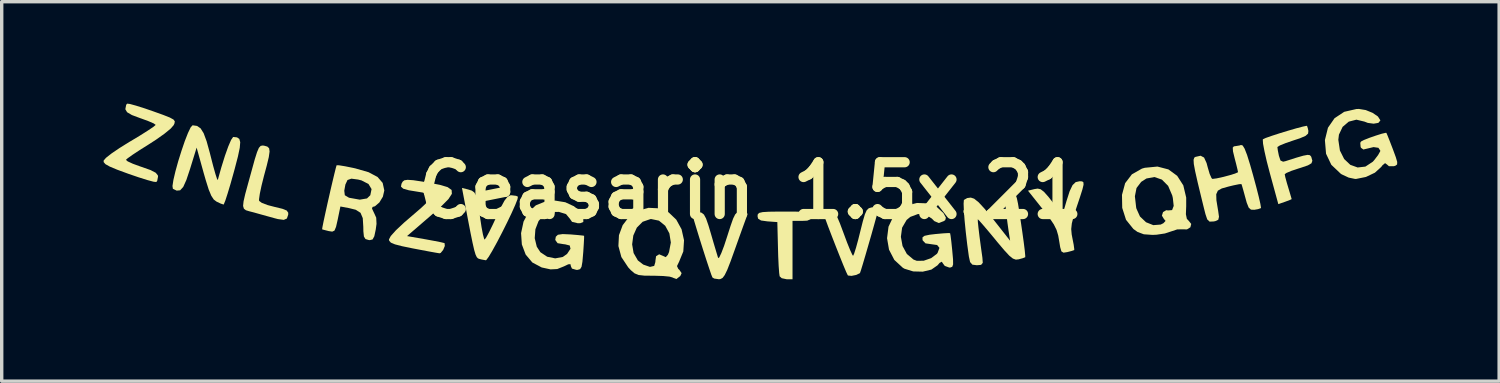
<source format=kicad_pcb>
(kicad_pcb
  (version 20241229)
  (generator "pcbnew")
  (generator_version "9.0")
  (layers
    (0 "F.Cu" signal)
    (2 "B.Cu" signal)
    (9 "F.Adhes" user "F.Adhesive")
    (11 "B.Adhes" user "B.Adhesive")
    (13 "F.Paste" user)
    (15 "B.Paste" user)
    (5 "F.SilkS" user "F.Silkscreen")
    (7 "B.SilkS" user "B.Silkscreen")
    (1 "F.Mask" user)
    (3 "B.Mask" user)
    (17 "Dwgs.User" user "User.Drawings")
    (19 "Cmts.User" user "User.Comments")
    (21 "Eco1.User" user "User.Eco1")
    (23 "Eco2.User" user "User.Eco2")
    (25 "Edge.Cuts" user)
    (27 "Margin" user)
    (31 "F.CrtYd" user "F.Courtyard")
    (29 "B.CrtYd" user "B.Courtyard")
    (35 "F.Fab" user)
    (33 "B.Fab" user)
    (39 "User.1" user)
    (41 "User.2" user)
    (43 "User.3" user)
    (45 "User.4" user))
  (footprint "Ceasarin 1.5x.21"
    (layer "F.Cu")
    (at 19.038 2.559)
    (property "Reference" "Ceasarin 1.5x.21" (at 0 0 0) (layer "F.SilkS") (effects (font (size 1.524 1.524) (thickness 0.3))))
    (attr board_only exclude_from_pos_files exclude_from_bom)
    (fp_poly (pts (xy 1.335 0.619) (xy 1.56 0.626) (xy 1.694 0.643) (xy 1.761 0.673) (xy 1.783 0.722) (xy 1.785 0.755) (xy 1.762 0.845) (xy 1.669 0.885) (xy 1.51 0.892) (xy 1.236 0.892) (xy 1.236 2.609) (xy 1.062 2.609) (xy 0.919 2.579) (xy 0.857 2.523) (xy 0.843 2.422) (xy 0.828 2.217) (xy 0.815 1.938) (xy 0.808 1.682) (xy 0.789 0.927) (xy 0.498 0.906) (xy 0.309 0.88) (xy 0.223 0.826) (xy 0.206 0.751) (xy 0.215 0.694) (xy 0.258 0.656) (xy 0.359 0.633) (xy 0.539 0.622) (xy 0.823 0.618) (xy 0.995 0.618)) (stroke (width 0) (type solid)) (fill yes) (layer "F.SilkS"))
    (fp_poly (pts (xy -14.308 -1.32) (xy -14.22 -1.295) (xy -14.168 -1.246) (xy -14.154 -1.151) (xy -14.177 -0.987) (xy -14.238 -0.733) (xy -14.319 -0.433) (xy -14.391 -0.146) (xy -14.442 0.095) (xy -14.465 0.258) (xy -14.462 0.303) (xy -14.382 0.362) (xy -14.207 0.428) (xy -14.007 0.48) (xy -13.775 0.536) (xy -13.65 0.587) (xy -13.605 0.652) (xy -13.606 0.708) (xy -13.645 0.822) (xy -13.736 0.862) (xy -13.911 0.838) (xy -14.004 0.814) (xy -14.214 0.756) (xy -14.477 0.683) (xy -14.611 0.645) (xy -14.751 0.609) (xy -14.85 0.579) (xy -14.91 0.533) (xy -14.934 0.452) (xy -14.92 0.317) (xy -14.872 0.106) (xy -14.789 -0.199) (xy -14.681 -0.59) (xy -14.591 -0.917) (xy -14.523 -1.132) (xy -14.469 -1.258) (xy -14.416 -1.316) (xy -14.354 -1.327)) (stroke (width 0) (type solid)) (fill yes) (layer "F.SilkS"))
    (fp_poly (pts (xy 9.759 -0.271) (xy 9.797 -0.244) (xy 9.801 -0.172) (xy 9.767 -0.032) (xy 9.694 0.198) (xy 9.609 0.451) (xy 9.511 0.752) (xy 9.456 0.966) (xy 9.438 1.132) (xy 9.452 1.291) (xy 9.473 1.4) (xy 9.511 1.595) (xy 9.528 1.723) (xy 9.526 1.751) (xy 9.454 1.776) (xy 9.323 1.81) (xy 9.211 1.827) (xy 9.149 1.789) (xy 9.113 1.664) (xy 9.091 1.528) (xy 9.056 1.324) (xy 9.007 1.158) (xy 8.926 0.995) (xy 8.796 0.802) (xy 8.599 0.547) (xy 8.534 0.465) (xy 8.166 0.003) (xy 8.351 -0.043) (xy 8.45 -0.059) (xy 8.538 -0.039) (xy 8.636 0.036) (xy 8.766 0.182) (xy 8.951 0.417) (xy 9.001 0.483) (xy 9.18 0.718) (xy 9.299 0.308) (xy 9.392 0.018) (xy 9.477 -0.16) (xy 9.569 -0.249) (xy 9.685 -0.275) (xy 9.688 -0.275)) (stroke (width 0) (type solid)) (fill yes) (layer "F.SilkS"))
    (fp_poly (pts (xy -8.314 -0.034) (xy -8.205 0.000288) (xy -8.129 0.055) (xy -8.074 0.154) (xy -8.031 0.325) (xy -7.987 0.592) (xy -7.958 0.799) (xy -7.916 1.076) (xy -7.875 1.293) (xy -7.84 1.42) (xy -7.826 1.442) (xy -7.781 1.383) (xy -7.695 1.225) (xy -7.581 0.993) (xy -7.486 0.789) (xy -7.345 0.488) (xy -7.239 0.293) (xy -7.154 0.185) (xy -7.076 0.141) (xy -7.039 0.137) (xy -6.9 0.154) (xy -6.846 0.179) (xy -6.858 0.254) (xy -6.924 0.422) (xy -7.03 0.659) (xy -7.163 0.937) (xy -7.31 1.231) (xy -7.458 1.515) (xy -7.594 1.762) (xy -7.704 1.947) (xy -7.776 2.044) (xy -7.79 2.051) (xy -7.915 2.028) (xy -7.976 2.013) (xy -8.02 1.996) (xy -8.057 1.958) (xy -8.093 1.881) (xy -8.132 1.749) (xy -8.179 1.543) (xy -8.24 1.246) (xy -8.318 0.841) (xy -8.364 0.596) (xy -8.492 -0.078)) (stroke (width 0) (type solid)) (fill yes) (layer "F.SilkS"))
    (fp_poly (pts (xy -0.118 0.632) (xy -0.088 0.691) (xy -0.102 0.738) (xy -0.142 0.845) (xy -0.218 1.054) (xy -0.319 1.335) (xy -0.436 1.663) (xy -0.461 1.733) (xy -0.589 2.088) (xy -0.685 2.333) (xy -0.76 2.487) (xy -0.823 2.571) (xy -0.887 2.604) (xy -0.931 2.609) (xy -1.068 2.589) (xy -1.121 2.557) (xy -1.156 2.47) (xy -1.22 2.282) (xy -1.305 2.025) (xy -1.401 1.726) (xy -1.498 1.418) (xy -1.587 1.128) (xy -1.66 0.887) (xy -1.705 0.725) (xy -1.716 0.673) (xy -1.658 0.633) (xy -1.53 0.63) (xy -1.44 0.651) (xy -1.371 0.706) (xy -1.309 0.821) (xy -1.239 1.022) (xy -1.165 1.27) (xy -1.083 1.552) (xy -1.012 1.79) (xy -0.964 1.949) (xy -0.952 1.987) (xy -0.92 1.967) (xy -0.858 1.836) (xy -0.775 1.618) (xy -0.688 1.352) (xy -0.586 1.034) (xy -0.512 0.824) (xy -0.451 0.7) (xy -0.39 0.639) (xy -0.316 0.62) (xy -0.256 0.618)) (stroke (width 0) (type solid)) (fill yes) (layer "F.SilkS"))
    (fp_poly (pts (xy 3.775 0.493) (xy 3.757 0.573) (xy 3.709 0.754) (xy 3.639 1.006) (xy 3.556 1.302) (xy 3.466 1.613) (xy 3.38 1.91) (xy 3.305 2.163) (xy 3.249 2.346) (xy 3.22 2.429) (xy 3.219 2.43) (xy 3.112 2.482) (xy 2.973 2.51) (xy 2.872 2.5) (xy 2.861 2.491) (xy 2.815 2.394) (xy 2.734 2.202) (xy 2.63 1.944) (xy 2.513 1.649) (xy 2.394 1.344) (xy 2.285 1.06) (xy 2.198 0.823) (xy 2.142 0.664) (xy 2.128 0.612) (xy 2.186 0.567) (xy 2.312 0.562) (xy 2.4 0.584) (xy 2.472 0.642) (xy 2.544 0.76) (xy 2.63 0.962) (xy 2.739 1.253) (xy 2.842 1.53) (xy 2.931 1.75) (xy 2.995 1.888) (xy 3.018 1.921) (xy 3.048 1.859) (xy 3.102 1.69) (xy 3.17 1.443) (xy 3.226 1.218) (xy 3.305 0.904) (xy 3.365 0.7) (xy 3.419 0.58) (xy 3.479 0.521) (xy 3.557 0.497) (xy 3.587 0.493) (xy 3.723 0.484)) (stroke (width 0) (type solid)) (fill yes) (layer "F.SilkS"))
    (fp_poly (pts (xy -9.924 -0.305) (xy -9.658 -0.265) (xy -9.482 -0.235) (xy -9.143 -0.169) (xy -8.915 -0.102) (xy -8.797 -0.018) (xy -8.789 0.095) (xy -8.89 0.25) (xy -9.101 0.462) (xy -9.42 0.745) (xy -9.448 0.769) (xy -10.109 1.339) (xy -9.568 1.433) (xy -9.313 1.48) (xy -9.116 1.519) (xy -9.012 1.544) (xy -9.004 1.548) (xy -8.997 1.63) (xy -9.046 1.747) (xy -9.119 1.835) (xy -9.152 1.846) (xy -9.25 1.83) (xy -9.451 1.794) (xy -9.721 1.743) (xy -9.937 1.702) (xy -10.258 1.636) (xy -10.466 1.582) (xy -10.584 1.532) (xy -10.634 1.477) (xy -10.641 1.437) (xy -10.587 1.336) (xy -10.434 1.166) (xy -10.195 0.942) (xy -9.96 0.74) (xy -9.69 0.507) (xy -9.492 0.319) (xy -9.377 0.189) (xy -9.359 0.129) (xy -9.359 0.129) (xy -9.471 0.094) (xy -9.663 0.055) (xy -9.774 0.037) (xy -10.056 -0.009) (xy -10.221 -0.056) (xy -10.287 -0.116) (xy -10.272 -0.201) (xy -10.237 -0.264) (xy -10.188 -0.303) (xy -10.092 -0.317)) (stroke (width 0) (type solid)) (fill yes) (layer "F.SilkS"))
    (fp_poly (pts (xy -16.289 -1.903) (xy -16.184 -1.831) (xy -16.094 -1.687) (xy -16.007 -1.451) (xy -15.911 -1.103) (xy -15.889 -1.016) (xy -15.813 -0.72) (xy -15.748 -0.489) (xy -15.701 -0.344) (xy -15.679 -0.31) (xy -15.574 -0.684) (xy -15.469 -1.021) (xy -15.371 -1.296) (xy -15.288 -1.489) (xy -15.229 -1.575) (xy -15.221 -1.578) (xy -15.112 -1.566) (xy -15.045 -1.521) (xy -15.018 -1.425) (xy -15.032 -1.258) (xy -15.086 -1.002) (xy -15.181 -0.638) (xy -15.212 -0.525) (xy -15.306 -0.19) (xy -15.391 0.092) (xy -15.458 0.298) (xy -15.501 0.402) (xy -15.508 0.411) (xy -15.594 0.382) (xy -15.715 0.325) (xy -15.797 0.263) (xy -15.87 0.152) (xy -15.946 -0.031) (xy -16.034 -0.311) (xy -16.092 -0.512) (xy -16.301 -1.265) (xy -16.496 -0.633) (xy -16.604 -0.31) (xy -16.696 -0.107) (xy -16.787 -0.008) (xy -16.889 0.001) (xy -17 -0.053) (xy -17.012 -0.135) (xy -16.984 -0.316) (xy -16.925 -0.567) (xy -16.844 -0.86) (xy -16.749 -1.164) (xy -16.651 -1.452) (xy -16.557 -1.693) (xy -16.477 -1.86) (xy -16.42 -1.922) (xy -16.42 -1.922)) (stroke (width 0) (type solid)) (fill yes) (layer "F.SilkS"))
    (fp_poly (pts (xy 16.378 -1.904) (xy 16.402 -1.832) (xy 16.418 -1.755) (xy 16.409 -1.677) (xy 16.334 -1.61) (xy 16.169 -1.539) (xy 15.974 -1.475) (xy 15.745 -1.396) (xy 15.578 -1.328) (xy 15.506 -1.283) (xy 15.506 -1.28) (xy 15.518 -1.186) (xy 15.55 -1.026) (xy 15.597 -0.885) (xy 15.674 -0.85) (xy 15.744 -0.866) (xy 16.059 -0.967) (xy 16.267 -1.027) (xy 16.394 -1.051) (xy 16.462 -1.042) (xy 16.497 -1.004) (xy 16.505 -0.985) (xy 16.535 -0.878) (xy 16.509 -0.804) (xy 16.403 -0.742) (xy 16.194 -0.671) (xy 16.132 -0.652) (xy 15.919 -0.581) (xy 15.77 -0.518) (xy 15.721 -0.481) (xy 15.739 -0.393) (xy 15.786 -0.22) (xy 15.823 -0.097) (xy 15.881 0.096) (xy 15.918 0.223) (xy 15.926 0.251) (xy 15.87 0.278) (xy 15.733 0.329) (xy 15.73 0.33) (xy 15.533 0.398) (xy 15.279 -0.531) (xy 15.191 -0.869) (xy 15.125 -1.16) (xy 15.084 -1.378) (xy 15.076 -1.497) (xy 15.081 -1.511) (xy 15.163 -1.549) (xy 15.336 -1.61) (xy 15.567 -1.685) (xy 15.82 -1.762) (xy 16.06 -1.832) (xy 16.253 -1.883) (xy 16.365 -1.906)) (stroke (width 0) (type solid)) (fill yes) (layer "F.SilkS"))
    (fp_poly (pts (xy 12.299 -0.623) (xy 12.557 -0.434) (xy 12.737 -0.153) (xy 12.822 0.206) (xy 12.822 0.459) (xy 12.813 0.696) (xy 12.841 0.831) (xy 12.894 0.887) (xy 12.97 0.981) (xy 12.945 1.08) (xy 12.844 1.143) (xy 12.741 1.14) (xy 12.559 1.142) (xy 12.381 1.201) (xy 12.195 1.262) (xy 11.948 1.299) (xy 11.83 1.304) (xy 11.574 1.286) (xy 11.389 1.217) (xy 11.268 1.13) (xy 11.051 0.86) (xy 10.939 0.509) (xy 10.933 0.167) (xy 11.312 0.167) (xy 11.349 0.495) (xy 11.357 0.531) (xy 11.462 0.763) (xy 11.64 0.932) (xy 11.854 1.017) (xy 12.071 1) (xy 12.151 0.96) (xy 12.215 0.892) (xy 12.166 0.835) (xy 12.107 0.738) (xy 12.14 0.633) (xy 12.235 0.577) (xy 12.288 0.584) (xy 12.407 0.574) (xy 12.454 0.451) (xy 12.428 0.216) (xy 12.411 0.143) (xy 12.29 -0.139) (xy 12.107 -0.323) (xy 11.887 -0.399) (xy 11.652 -0.356) (xy 11.498 -0.257) (xy 11.36 -0.076) (xy 11.312 0.167) (xy 10.933 0.167) (xy 10.932 0.126) (xy 11.025 -0.218) (xy 11.224 -0.479) (xy 11.52 -0.647) (xy 11.603 -0.671) (xy 11.976 -0.707)) (stroke (width 0) (type solid)) (fill yes) (layer "F.SilkS"))
    (fp_poly (pts (xy -18.264 -2.549) (xy -18.082 -2.499) (xy -17.829 -2.419) (xy -17.594 -2.338) (xy -17.287 -2.228) (xy -17.09 -2.15) (xy -16.981 -2.09) (xy -16.943 -2.036) (xy -16.954 -1.974) (xy -16.977 -1.925) (xy -17.067 -1.822) (xy -17.249 -1.673) (xy -17.493 -1.5) (xy -17.711 -1.359) (xy -17.975 -1.193) (xy -18.191 -1.051) (xy -18.335 -0.948) (xy -18.382 -0.905) (xy -18.331 -0.86) (xy -18.179 -0.79) (xy -17.957 -0.709) (xy -17.918 -0.696) (xy -17.655 -0.603) (xy -17.504 -0.524) (xy -17.442 -0.447) (xy -17.437 -0.412) (xy -17.461 -0.288) (xy -17.488 -0.252) (xy -17.569 -0.261) (xy -17.752 -0.31) (xy -18.009 -0.391) (xy -18.304 -0.492) (xy -18.637 -0.614) (xy -18.857 -0.706) (xy -18.984 -0.777) (xy -19.037 -0.838) (xy -19.038 -0.884) (xy -18.969 -0.964) (xy -18.805 -1.093) (xy -18.568 -1.254) (xy -18.284 -1.431) (xy -18.257 -1.446) (xy -17.974 -1.616) (xy -17.74 -1.764) (xy -17.577 -1.873) (xy -17.508 -1.931) (xy -17.507 -1.934) (xy -17.566 -1.977) (xy -17.723 -2.045) (xy -17.944 -2.126) (xy -17.952 -2.128) (xy -18.206 -2.223) (xy -18.347 -2.306) (xy -18.397 -2.389) (xy -18.398 -2.404) (xy -18.374 -2.525) (xy -18.346 -2.559)) (stroke (width 0) (type solid)) (fill yes) (layer "F.SilkS"))
    (fp_poly (pts (xy -2.698 0.522) (xy -2.411 0.64) (xy -2.185 0.856) (xy -2.029 1.14) (xy -1.957 1.462) (xy -1.978 1.791) (xy -2.104 2.098) (xy -2.106 2.101) (xy -2.164 2.222) (xy -2.126 2.305) (xy -2.094 2.333) (xy -2.028 2.43) (xy -2.067 2.515) (xy -2.182 2.603) (xy -2.288 2.563) (xy -2.294 2.557) (xy -2.383 2.532) (xy -2.572 2.514) (xy -2.821 2.506) (xy -2.86 2.506) (xy -3.125 2.503) (xy -3.296 2.484) (xy -3.414 2.435) (xy -3.522 2.343) (xy -3.599 2.26) (xy -3.801 1.956) (xy -3.888 1.633) (xy -3.886 1.583) (xy -3.484 1.583) (xy -3.441 1.838) (xy -3.316 2.055) (xy -3.156 2.178) (xy -2.959 2.246) (xy -2.835 2.217) (xy -2.799 2.097) (xy -2.801 2.081) (xy -2.78 1.932) (xy -2.689 1.875) (xy -2.572 1.924) (xy -2.494 1.959) (xy -2.432 1.889) (xy -2.398 1.809) (xy -2.345 1.528) (xy -2.388 1.26) (xy -2.51 1.036) (xy -2.695 0.885) (xy -2.926 0.837) (xy -2.943 0.838) (xy -3.175 0.918) (xy -3.346 1.09) (xy -3.45 1.323) (xy -3.484 1.583) (xy -3.886 1.583) (xy -3.872 1.313) (xy -3.763 1.019) (xy -3.574 0.771) (xy -3.315 0.593) (xy -3 0.507)) (stroke (width 0) (type solid)) (fill yes) (layer "F.SilkS"))
    (fp_poly (pts (xy 7.711 0.069) (xy 7.762 0.081) (xy 7.803 0.126) (xy 7.837 0.22) (xy 7.872 0.384) (xy 7.913 0.636) (xy 7.966 0.996) (xy 8 1.228) (xy 8.041 1.524) (xy 8.071 1.763) (xy 8.085 1.918) (xy 8.085 1.961) (xy 8.012 1.99) (xy 7.892 2.023) (xy 7.808 2.032) (xy 7.722 2.001) (xy 7.615 1.915) (xy 7.468 1.756) (xy 7.259 1.509) (xy 7.209 1.447) (xy 7.009 1.206) (xy 6.844 1.012) (xy 6.731 0.884) (xy 6.688 0.843) (xy 6.69 0.915) (xy 6.708 1.093) (xy 6.739 1.351) (xy 6.78 1.659) (xy 6.824 1.974) (xy 6.835 2.126) (xy 6.786 2.186) (xy 6.661 2.197) (xy 6.529 2.18) (xy 6.462 2.104) (xy 6.426 1.939) (xy 6.377 1.583) (xy 6.335 1.222) (xy 6.301 0.883) (xy 6.279 0.594) (xy 6.271 0.384) (xy 6.279 0.279) (xy 6.281 0.275) (xy 6.376 0.22) (xy 6.482 0.206) (xy 6.581 0.238) (xy 6.714 0.345) (xy 6.893 0.539) (xy 7.134 0.833) (xy 7.14 0.841) (xy 7.64 1.476) (xy 7.594 1.18) (xy 7.56 0.937) (xy 7.524 0.643) (xy 7.506 0.476) (xy 7.485 0.25) (xy 7.489 0.128) (xy 7.53 0.079) (xy 7.618 0.069) (xy 7.641 0.069)) (stroke (width 0) (type solid)) (fill yes) (layer "F.SilkS"))
    (fp_poly (pts (xy -5.452 0.343) (xy -5.192 0.464) (xy -4.999 0.654) (xy -4.922 0.826) (xy -4.921 0.923) (xy -5.01 0.959) (xy -5.082 0.961) (xy -5.253 0.92) (xy -5.32 0.824) (xy -5.43 0.692) (xy -5.639 0.627) (xy -5.872 0.63) (xy -6.082 0.716) (xy -6.238 0.897) (xy -6.331 1.138) (xy -6.351 1.401) (xy -6.29 1.653) (xy -6.184 1.814) (xy -5.984 1.947) (xy -5.748 1.995) (xy -5.525 1.953) (xy -5.4 1.865) (xy -5.298 1.712) (xy -5.321 1.616) (xy -5.467 1.579) (xy -5.488 1.579) (xy -5.678 1.548) (xy -5.747 1.453) (xy -5.73 1.357) (xy -5.669 1.3) (xy -5.528 1.28) (xy -5.3 1.29) (xy -5.087 1.308) (xy -4.941 1.323) (xy -4.898 1.33) (xy -4.898 1.397) (xy -4.907 1.567) (xy -4.922 1.803) (xy -4.925 1.836) (xy -4.947 2.093) (xy -4.973 2.242) (xy -5.016 2.312) (xy -5.088 2.333) (xy -5.124 2.334) (xy -5.255 2.296) (xy -5.286 2.229) (xy -5.3 2.165) (xy -5.365 2.17) (xy -5.488 2.229) (xy -5.688 2.309) (xy -5.884 2.319) (xy -6.138 2.264) (xy -6.148 2.261) (xy -6.421 2.116) (xy -6.618 1.882) (xy -6.73 1.585) (xy -6.753 1.253) (xy -6.68 0.913) (xy -6.529 0.628) (xy -6.318 0.434) (xy -6.047 0.324) (xy -5.748 0.295)) (stroke (width 0) (type solid)) (fill yes) (layer "F.SilkS"))
    (fp_poly (pts (xy 5.203 0.376) (xy 5.475 0.476) (xy 5.677 0.663) (xy 5.681 0.669) (xy 5.749 0.795) (xy 5.732 0.867) (xy 5.692 0.897) (xy 5.54 0.955) (xy 5.409 0.898) (xy 5.336 0.824) (xy 5.154 0.706) (xy 4.928 0.69) (xy 4.703 0.774) (xy 4.594 0.864) (xy 4.461 1.092) (xy 4.425 1.361) (xy 4.474 1.632) (xy 4.602 1.867) (xy 4.797 2.03) (xy 4.891 2.066) (xy 5.095 2.065) (xy 5.316 1.988) (xy 5.485 1.861) (xy 5.506 1.832) (xy 5.56 1.686) (xy 5.492 1.602) (xy 5.328 1.579) (xy 5.149 1.553) (xy 5.067 1.466) (xy 5.062 1.45) (xy 5.061 1.377) (xy 5.121 1.331) (xy 5.271 1.299) (xy 5.443 1.279) (xy 5.664 1.259) (xy 5.82 1.25) (xy 5.873 1.253) (xy 5.887 1.324) (xy 5.909 1.497) (xy 5.934 1.736) (xy 5.937 1.768) (xy 5.96 2.024) (xy 5.962 2.173) (xy 5.937 2.243) (xy 5.881 2.264) (xy 5.849 2.265) (xy 5.717 2.217) (xy 5.67 2.155) (xy 5.628 2.093) (xy 5.563 2.13) (xy 5.504 2.199) (xy 5.323 2.325) (xy 5.069 2.386) (xy 4.788 2.379) (xy 4.532 2.3) (xy 4.483 2.272) (xy 4.232 2.04) (xy 4.076 1.739) (xy 4.018 1.402) (xy 4.061 1.063) (xy 4.207 0.755) (xy 4.334 0.609) (xy 4.596 0.441) (xy 4.898 0.364)) (stroke (width 0) (type solid)) (fill yes) (layer "F.SilkS"))
    (fp_poly (pts (xy -12.108 -0.744) (xy -11.935 -0.716) (xy -11.696 -0.668) (xy -11.63 -0.653) (xy -11.241 -0.541) (xy -10.977 -0.401) (xy -10.826 -0.226) (xy -10.778 -0.005) (xy -10.778 -0.003) (xy -10.82 0.18) (xy -10.924 0.351) (xy -11.054 0.462) (xy -11.123 0.481) (xy -11.14 0.529) (xy -11.086 0.644) (xy -11.083 0.649) (xy -11.016 0.797) (xy -11.007 0.98) (xy -11.03 1.147) (xy -11.072 1.345) (xy -11.123 1.438) (xy -11.205 1.458) (xy -11.241 1.454) (xy -11.332 1.426) (xy -11.378 1.352) (xy -11.394 1.196) (xy -11.396 1.068) (xy -11.412 0.81) (xy -11.478 0.654) (xy -11.62 0.564) (xy -11.819 0.515) (xy -12.07 0.468) (xy -12.149 0.852) (xy -12.198 1.067) (xy -12.244 1.177) (xy -12.31 1.208) (xy -12.413 1.192) (xy -12.551 1.157) (xy -12.608 1.14) (xy -12.599 1.075) (xy -12.565 0.905) (xy -12.512 0.66) (xy -12.448 0.369) (xy -12.378 0.062) (xy -12.365 0.003) (xy -11.956 0.003) (xy -11.94 0.137) (xy -11.819 0.209) (xy -11.808 0.212) (xy -11.5 0.267) (xy -11.287 0.231) (xy -11.19 0.137) (xy -11.153 -0.044) (xy -11.243 -0.194) (xy -11.45 -0.3) (xy -11.55 -0.325) (xy -11.747 -0.351) (xy -11.861 -0.311) (xy -11.923 -0.179) (xy -11.956 0.003) (xy -12.365 0.003) (xy -12.31 -0.232) (xy -12.25 -0.484) (xy -12.205 -0.665) (xy -12.182 -0.745) (xy -12.181 -0.746)) (stroke (width 0) (type solid)) (fill yes) (layer "F.SilkS"))
    (fp_poly (pts (xy 14.484 -1.327) (xy 14.541 -1.234) (xy 14.613 -1.05) (xy 14.704 -0.758) (xy 14.792 -0.447) (xy 14.883 -0.11) (xy 14.956 0.177) (xy 15.005 0.39) (xy 15.023 0.504) (xy 15.021 0.516) (xy 14.937 0.546) (xy 14.826 0.565) (xy 14.728 0.561) (xy 14.661 0.501) (xy 14.603 0.355) (xy 14.562 0.206) (xy 14.505 -0.002) (xy 14.463 -0.148) (xy 14.447 -0.192) (xy 14.379 -0.188) (xy 14.217 -0.155) (xy 14.064 -0.118) (xy 13.869 -0.063) (xy 13.754 0.002) (xy 13.706 0.107) (xy 13.711 0.283) (xy 13.756 0.559) (xy 13.762 0.591) (xy 13.787 0.771) (xy 13.766 0.859) (xy 13.681 0.898) (xy 13.634 0.908) (xy 13.511 0.914) (xy 13.441 0.848) (xy 13.389 0.694) (xy 13.345 0.521) (xy 13.28 0.256) (xy 13.204 -0.057) (xy 13.157 -0.253) (xy 13.085 -0.572) (xy 13.046 -0.782) (xy 13.039 -0.907) (xy 13.061 -0.971) (xy 13.092 -0.991) (xy 13.246 -1.026) (xy 13.348 -0.972) (xy 13.422 -0.81) (xy 13.455 -0.686) (xy 13.512 -0.492) (xy 13.567 -0.368) (xy 13.594 -0.343) (xy 13.716 -0.359) (xy 13.898 -0.399) (xy 14.093 -0.45) (xy 14.257 -0.5) (xy 14.343 -0.538) (xy 14.347 -0.544) (xy 14.33 -0.627) (xy 14.288 -0.799) (xy 14.25 -0.944) (xy 14.199 -1.155) (xy 14.192 -1.265) (xy 14.227 -1.303) (xy 14.245 -1.304) (xy 14.392 -1.328) (xy 14.435 -1.342)) (stroke (width 0) (type solid)) (fill yes) (layer "F.SilkS"))
    (fp_poly (pts (xy 18.106 -2.37) (xy 18.307 -2.288) (xy 18.464 -2.181) (xy 18.535 -2.071) (xy 18.535 -2.062) (xy 18.478 -1.993) (xy 18.339 -1.969) (xy 18.167 -1.992) (xy 18.069 -2.03) (xy 17.831 -2.087) (xy 17.606 -2.029) (xy 17.425 -1.875) (xy 17.317 -1.647) (xy 17.299 -1.495) (xy 17.346 -1.178) (xy 17.471 -0.929) (xy 17.652 -0.758) (xy 17.868 -0.68) (xy 18.096 -0.706) (xy 18.313 -0.849) (xy 18.357 -0.898) (xy 18.47 -1.047) (xy 18.532 -1.157) (xy 18.535 -1.174) (xy 18.479 -1.259) (xy 18.336 -1.28) (xy 18.175 -1.242) (xy 18.036 -1.209) (xy 17.967 -1.259) (xy 17.955 -1.285) (xy 17.945 -1.405) (xy 17.967 -1.444) (xy 18.053 -1.489) (xy 18.215 -1.553) (xy 18.405 -1.619) (xy 18.58 -1.674) (xy 18.694 -1.7) (xy 18.713 -1.699) (xy 18.743 -1.631) (xy 18.808 -1.468) (xy 18.894 -1.245) (xy 18.903 -1.222) (xy 18.991 -0.983) (xy 19.032 -0.843) (xy 19.029 -0.769) (xy 18.983 -0.734) (xy 18.934 -0.717) (xy 18.788 -0.718) (xy 18.734 -0.765) (xy 18.675 -0.808) (xy 18.597 -0.743) (xy 18.562 -0.696) (xy 18.376 -0.527) (xy 18.111 -0.401) (xy 17.828 -0.344) (xy 17.792 -0.343) (xy 17.604 -0.382) (xy 17.398 -0.478) (xy 17.368 -0.498) (xy 17.093 -0.759) (xy 16.938 -1.084) (xy 16.905 -1.475) (xy 16.906 -1.494) (xy 16.994 -1.85) (xy 17.188 -2.13) (xy 17.472 -2.318) (xy 17.829 -2.4) (xy 17.905 -2.403)) (stroke (width 0) (type solid)) (fill yes) (layer "F.SilkS")))
  (gr_rect
    (start -3 -3)
    (end 41.07 8.168)
    (stroke (width 0.1) (type default))
    (fill no)
    (layer "Edge.Cuts")))
</source>
